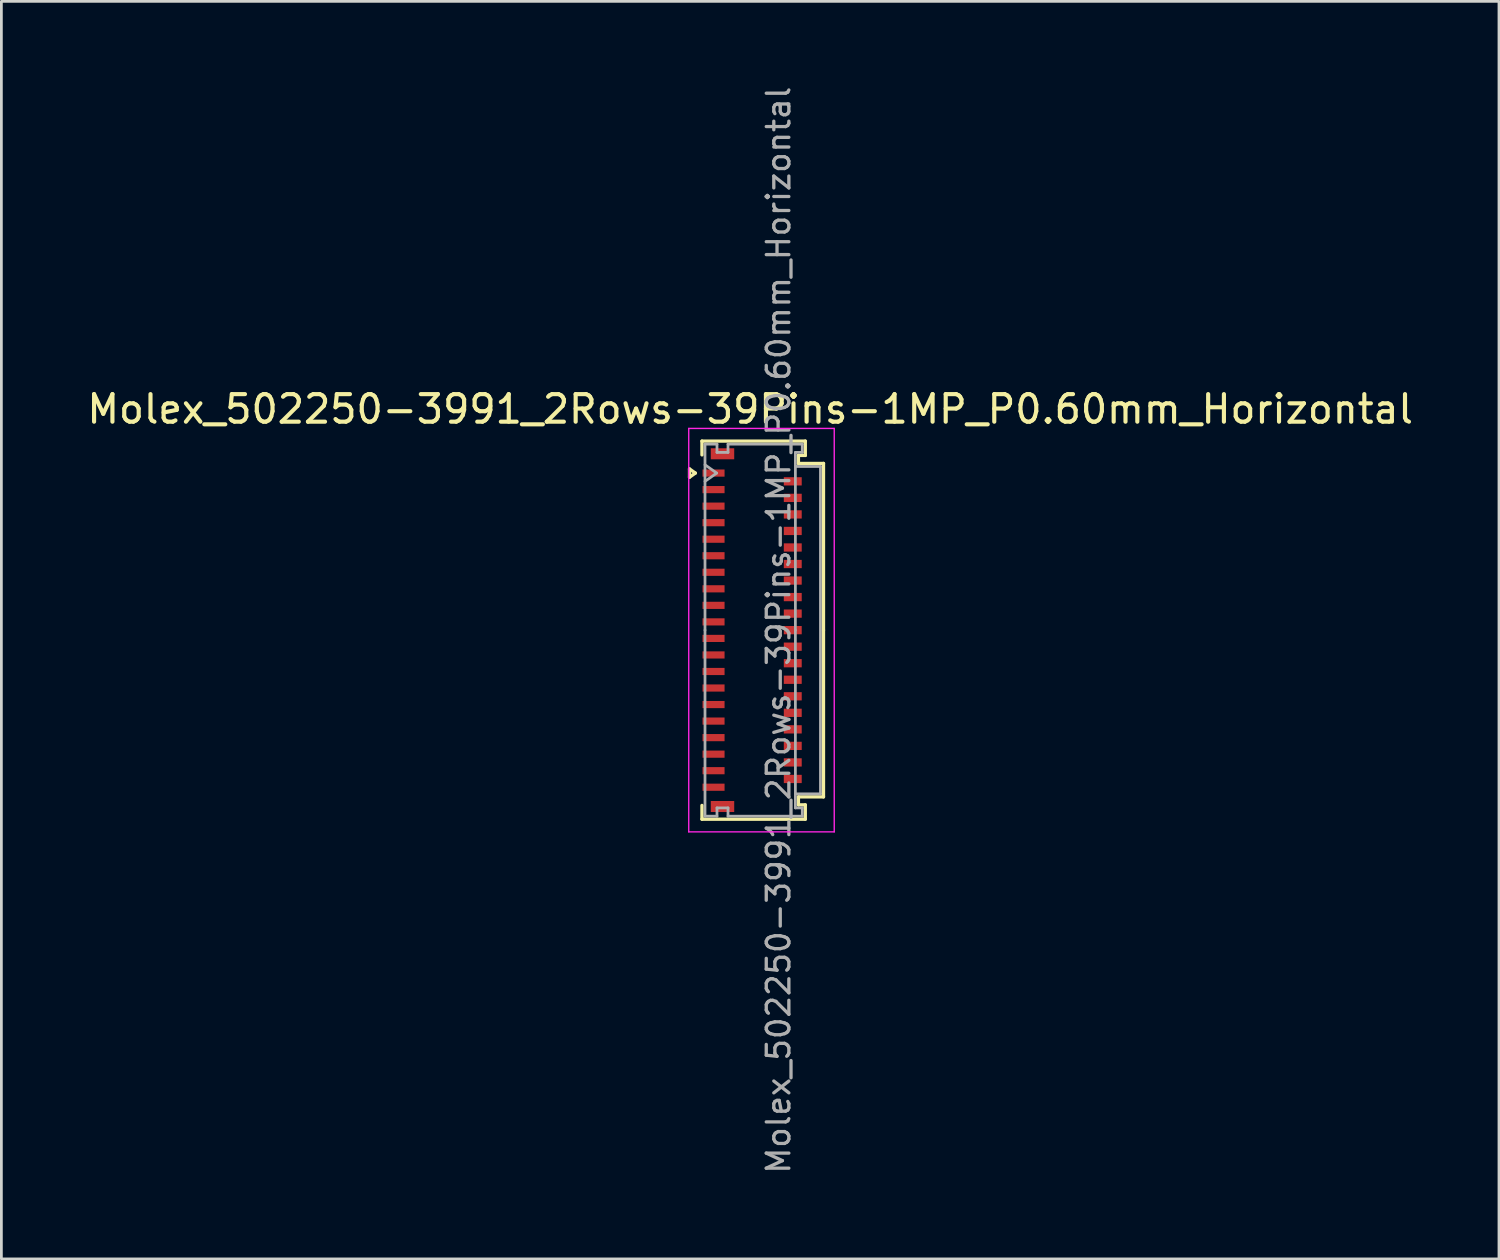
<source format=kicad_pcb>
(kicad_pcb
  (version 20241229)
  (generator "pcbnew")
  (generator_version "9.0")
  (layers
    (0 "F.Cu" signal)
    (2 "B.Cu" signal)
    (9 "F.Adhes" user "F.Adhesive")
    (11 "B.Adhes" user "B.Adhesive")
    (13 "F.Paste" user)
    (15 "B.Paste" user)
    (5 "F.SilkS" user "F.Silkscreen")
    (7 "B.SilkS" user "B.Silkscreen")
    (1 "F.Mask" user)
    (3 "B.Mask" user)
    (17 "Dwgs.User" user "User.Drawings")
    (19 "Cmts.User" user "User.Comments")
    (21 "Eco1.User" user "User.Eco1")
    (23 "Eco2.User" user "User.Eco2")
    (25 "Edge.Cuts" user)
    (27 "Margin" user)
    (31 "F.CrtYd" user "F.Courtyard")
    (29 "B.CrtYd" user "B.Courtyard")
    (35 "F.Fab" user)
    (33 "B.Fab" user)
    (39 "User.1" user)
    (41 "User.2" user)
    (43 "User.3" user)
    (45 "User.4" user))
  (footprint "Molex_502250-3991_2Rows-39Pins-1MP_P0.60mm_Horizontal"
    (layer "F.Cu")
    (at 24.243 19.817)
    (property "Reference" "Molex_502250-3991_2Rows-39Pins-1MP_P0.60mm_Horizontal" (at -0.07 -8.02 0) (layer "F.SilkS") (effects (font (size 1 1) (thickness 0.15))))
    (attr smd)
    (fp_line (start -2.272 -5.85) (end -2.06 -5.7) (stroke (width 0.12) (type solid)) (layer "F.SilkS"))
    (fp_line (start -2.272 -5.55) (end -2.272 -5.85) (stroke (width 0.12) (type solid)) (layer "F.SilkS"))
    (fp_line (start -2.06 -5.7) (end -2.272 -5.55) (stroke (width 0.12) (type solid)) (layer "F.SilkS"))
    (fp_line (start -1.82 -6.86) (end 1.93 -6.86) (stroke (width 0.12) (type solid)) (layer "F.SilkS"))
    (fp_line (start -1.82 -6.36) (end -1.82 -6.86) (stroke (width 0.12) (type solid)) (layer "F.SilkS"))
    (fp_line (start -1.82 6.36) (end -1.82 6.86) (stroke (width 0.12) (type solid)) (layer "F.SilkS"))
    (fp_line (start -1.82 6.86) (end 1.93 6.86) (stroke (width 0.12) (type solid)) (layer "F.SilkS"))
    (fp_line (start 1.68 -6.34) (end 1.68 -6.05) (stroke (width 0.12) (type solid)) (layer "F.SilkS"))
    (fp_line (start 1.68 -6.05) (end 2.59 -6.05) (stroke (width 0.12) (type solid)) (layer "F.SilkS"))
    (fp_line (start 1.68 6.05) (end 2.59 6.05) (stroke (width 0.12) (type solid)) (layer "F.SilkS"))
    (fp_line (start 1.68 6.34) (end 1.68 6.05) (stroke (width 0.12) (type solid)) (layer "F.SilkS"))
    (fp_line (start 1.93 -6.86) (end 1.93 -6.34) (stroke (width 0.12) (type solid)) (layer "F.SilkS"))
    (fp_line (start 1.93 -6.34) (end 1.68 -6.34) (stroke (width 0.12) (type solid)) (layer "F.SilkS"))
    (fp_line (start 1.93 6.34) (end 1.68 6.34) (stroke (width 0.12) (type solid)) (layer "F.SilkS"))
    (fp_line (start 1.93 6.86) (end 1.93 6.34) (stroke (width 0.12) (type solid)) (layer "F.SilkS"))
    (fp_line (start 2.59 -6.05) (end 2.59 0) (stroke (width 0.12) (type solid)) (layer "F.SilkS"))
    (fp_line (start 2.59 6.05) (end 2.59 0) (stroke (width 0.12) (type solid)) (layer "F.SilkS"))
    (fp_line (start -2.3 -7.32) (end -2.3 7.32) (stroke (width 0.05) (type solid)) (layer "F.CrtYd"))
    (fp_line (start -2.3 7.32) (end 2.98 7.32) (stroke (width 0.05) (type solid)) (layer "F.CrtYd"))
    (fp_line (start 2.98 -7.32) (end -2.3 -7.32) (stroke (width 0.05) (type solid)) (layer "F.CrtYd"))
    (fp_line (start 2.98 7.32) (end 2.98 -7.32) (stroke (width 0.05) (type solid)) (layer "F.CrtYd"))
    (fp_line (start -1.71 -6.75) (end -1.275 -6.75) (stroke (width 0.1) (type solid)) (layer "F.Fab"))
    (fp_line (start -1.71 -6) (end -1.286 -5.7) (stroke (width 0.1) (type solid)) (layer "F.Fab"))
    (fp_line (start -1.71 0) (end -1.71 -6.75) (stroke (width 0.1) (type solid)) (layer "F.Fab"))
    (fp_line (start -1.71 0) (end -1.71 6.75) (stroke (width 0.1) (type solid)) (layer "F.Fab"))
    (fp_line (start -1.71 6.75) (end -1.275 6.75) (stroke (width 0.1) (type solid)) (layer "F.Fab"))
    (fp_line (start -1.286 -5.7) (end -1.71 -5.4) (stroke (width 0.1) (type solid)) (layer "F.Fab"))
    (fp_line (start -1.275 -6.75) (end -1.275 -6.45) (stroke (width 0.1) (type solid)) (layer "F.Fab"))
    (fp_line (start -1.275 -6.45) (end -0.875 -6.45) (stroke (width 0.1) (type solid)) (layer "F.Fab"))
    (fp_line (start -1.275 6.45) (end -0.875 6.45) (stroke (width 0.1) (type solid)) (layer "F.Fab"))
    (fp_line (start -1.275 6.75) (end -1.275 6.45) (stroke (width 0.1) (type solid)) (layer "F.Fab"))
    (fp_line (start -0.875 -6.75) (end 1.82 -6.75) (stroke (width 0.1) (type solid)) (layer "F.Fab"))
    (fp_line (start -0.875 -6.45) (end -0.875 -6.75) (stroke (width 0.1) (type solid)) (layer "F.Fab"))
    (fp_line (start -0.875 6.45) (end -0.875 6.75) (stroke (width 0.1) (type solid)) (layer "F.Fab"))
    (fp_line (start -0.875 6.75) (end 1.82 6.75) (stroke (width 0.1) (type solid)) (layer "F.Fab"))
    (fp_line (start 1.57 -6.45) (end 1.57 0) (stroke (width 0.1) (type solid)) (layer "F.Fab"))
    (fp_line (start 1.57 -5.94) (end 2.48 -5.94) (stroke (width 0.1) (type solid)) (layer "F.Fab"))
    (fp_line (start 1.57 6.45) (end 1.57 0) (stroke (width 0.1) (type solid)) (layer "F.Fab"))
    (fp_line (start 1.82 -6.75) (end 1.82 -6.45) (stroke (width 0.1) (type solid)) (layer "F.Fab"))
    (fp_line (start 1.82 -6.45) (end 1.57 -6.45) (stroke (width 0.1) (type solid)) (layer "F.Fab"))
    (fp_line (start 1.82 6.45) (end 1.57 6.45) (stroke (width 0.1) (type solid)) (layer "F.Fab"))
    (fp_line (start 1.82 6.75) (end 1.82 6.45) (stroke (width 0.1) (type solid)) (layer "F.Fab"))
    (fp_line (start 2.48 -5.94) (end 2.48 5.94) (stroke (width 0.1) (type solid)) (layer "F.Fab"))
    (fp_line (start 2.48 5.94) (end 1.57 5.94) (stroke (width 0.1) (type solid)) (layer "F.Fab"))
    (fp_text user "${REFERENCE}" (at 0.96 0 90) (layer "F.Fab") (effects (font (size 0.82 0.82) (thickness 0.12))))
    (pad "1" smd rect (at -1.4 -5.7) (size 0.8 0.26) (layers "F.Cu" "F.Mask" "F.Paste"))
    (pad "2" smd rect (at 1.475 -5.4) (size 0.65 0.3) (layers "F.Cu" "F.Mask" "F.Paste"))
    (pad "3" smd rect (at -1.4 -5.1) (size 0.8 0.26) (layers "F.Cu" "F.Mask" "F.Paste"))
    (pad "4" smd rect (at 1.475 -4.8) (size 0.65 0.3) (layers "F.Cu" "F.Mask" "F.Paste"))
    (pad "5" smd rect (at -1.4 -4.5) (size 0.8 0.26) (layers "F.Cu" "F.Mask" "F.Paste"))
    (pad "6" smd rect (at 1.475 -4.2) (size 0.65 0.3) (layers "F.Cu" "F.Mask" "F.Paste"))
    (pad "7" smd rect (at -1.4 -3.9) (size 0.8 0.26) (layers "F.Cu" "F.Mask" "F.Paste"))
    (pad "8" smd rect (at 1.475 -3.6) (size 0.65 0.3) (layers "F.Cu" "F.Mask" "F.Paste"))
    (pad "9" smd rect (at -1.4 -3.3) (size 0.8 0.26) (layers "F.Cu" "F.Mask" "F.Paste"))
    (pad "10" smd rect (at 1.475 -3) (size 0.65 0.3) (layers "F.Cu" "F.Mask" "F.Paste"))
    (pad "11" smd rect (at -1.4 -2.7) (size 0.8 0.26) (layers "F.Cu" "F.Mask" "F.Paste"))
    (pad "12" smd rect (at 1.475 -2.4) (size 0.65 0.3) (layers "F.Cu" "F.Mask" "F.Paste"))
    (pad "13" smd rect (at -1.4 -2.1) (size 0.8 0.26) (layers "F.Cu" "F.Mask" "F.Paste"))
    (pad "14" smd rect (at 1.475 -1.8) (size 0.65 0.3) (layers "F.Cu" "F.Mask" "F.Paste"))
    (pad "15" smd rect (at -1.4 -1.5) (size 0.8 0.26) (layers "F.Cu" "F.Mask" "F.Paste"))
    (pad "16" smd rect (at 1.475 -1.2) (size 0.65 0.3) (layers "F.Cu" "F.Mask" "F.Paste"))
    (pad "17" smd rect (at -1.4 -0.9) (size 0.8 0.26) (layers "F.Cu" "F.Mask" "F.Paste"))
    (pad "18" smd rect (at 1.475 -0.6) (size 0.65 0.3) (layers "F.Cu" "F.Mask" "F.Paste"))
    (pad "19" smd rect (at -1.4 -0.3) (size 0.8 0.26) (layers "F.Cu" "F.Mask" "F.Paste"))
    (pad "20" smd rect (at 1.475 0) (size 0.65 0.3) (layers "F.Cu" "F.Mask" "F.Paste"))
    (pad "21" smd rect (at -1.4 0.3) (size 0.8 0.26) (layers "F.Cu" "F.Mask" "F.Paste"))
    (pad "22" smd rect (at 1.475 0.6) (size 0.65 0.3) (layers "F.Cu" "F.Mask" "F.Paste"))
    (pad "23" smd rect (at -1.4 0.9) (size 0.8 0.26) (layers "F.Cu" "F.Mask" "F.Paste"))
    (pad "24" smd rect (at 1.475 1.2) (size 0.65 0.3) (layers "F.Cu" "F.Mask" "F.Paste"))
    (pad "25" smd rect (at -1.4 1.5) (size 0.8 0.26) (layers "F.Cu" "F.Mask" "F.Paste"))
    (pad "26" smd rect (at 1.475 1.8) (size 0.65 0.3) (layers "F.Cu" "F.Mask" "F.Paste"))
    (pad "27" smd rect (at -1.4 2.1) (size 0.8 0.26) (layers "F.Cu" "F.Mask" "F.Paste"))
    (pad "28" smd rect (at 1.475 2.4) (size 0.65 0.3) (layers "F.Cu" "F.Mask" "F.Paste"))
    (pad "29" smd rect (at -1.4 2.7) (size 0.8 0.26) (layers "F.Cu" "F.Mask" "F.Paste"))
    (pad "30" smd rect (at 1.475 3) (size 0.65 0.3) (layers "F.Cu" "F.Mask" "F.Paste"))
    (pad "31" smd rect (at -1.4 3.3) (size 0.8 0.26) (layers "F.Cu" "F.Mask" "F.Paste"))
    (pad "32" smd rect (at 1.475 3.6) (size 0.65 0.3) (layers "F.Cu" "F.Mask" "F.Paste"))
    (pad "33" smd rect (at -1.4 3.9) (size 0.8 0.26) (layers "F.Cu" "F.Mask" "F.Paste"))
    (pad "34" smd rect (at 1.475 4.2) (size 0.65 0.3) (layers "F.Cu" "F.Mask" "F.Paste"))
    (pad "35" smd rect (at -1.4 4.5) (size 0.8 0.26) (layers "F.Cu" "F.Mask" "F.Paste"))
    (pad "36" smd rect (at 1.475 4.8) (size 0.65 0.3) (layers "F.Cu" "F.Mask" "F.Paste"))
    (pad "37" smd rect (at -1.4 5.1) (size 0.8 0.26) (layers "F.Cu" "F.Mask" "F.Paste"))
    (pad "38" smd rect (at 1.475 5.4) (size 0.65 0.3) (layers "F.Cu" "F.Mask" "F.Paste"))
    (pad "39" smd rect (at -1.4 5.7) (size 0.8 0.26) (layers "F.Cu" "F.Mask" "F.Paste"))
    (pad "MP" smd rect (at -1.075 -6.4) (size 0.85 0.4) (layers "F.Cu" "F.Mask" "F.Paste"))
    (pad "MP" smd rect (at -1.075 6.4) (size 0.85 0.4) (layers "F.Cu" "F.Mask" "F.Paste")))
  (gr_rect
    (start -3 -3)
    (end 51.345 42.634)
    (stroke (width 0.1) (type default))
    (fill no)
    (layer "Edge.Cuts")))
</source>
